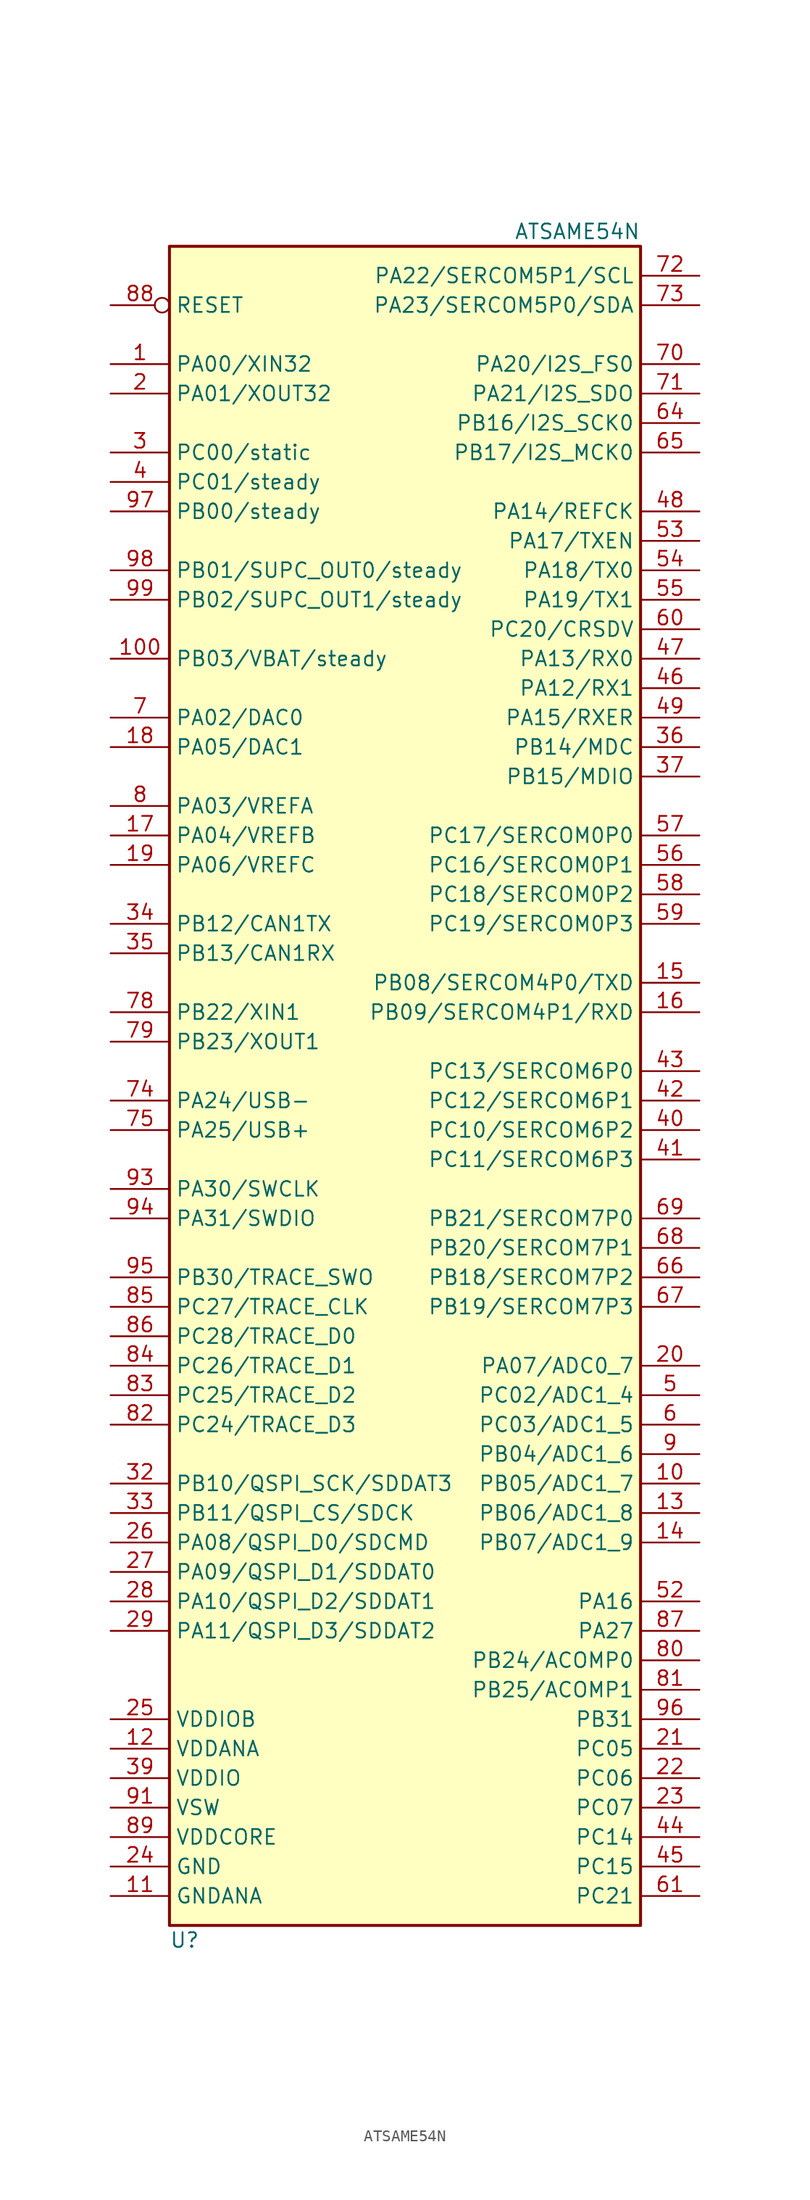
<source format=kicad_sym>
(kicad_symbol_lib
  (version 20211014)
  (generator kicad_symbol_editor)
  (symbol "ATSAME54N"
    (property "Reference" "U"
      (at -20.32 -72.39 0)
      (effects (font (size 1.27 1.27)) (justify left)))
    (property "Value" "ATSAME54N"
      (at 20.32 74.93 0)
      (effects (font (size 1.27 1.27)) (justify right)))
    (symbol "ATSAME54N_0_0"
      (rectangle (start -20.32 73.66) (end 20.32 -71.12) (stroke (width 0.254) (type default) (color 0 0 0 0)) (fill (type background))))
    (symbol "ATSAME54N_1_1"
      (pin bidirectional line (at -25.4 63.5 0) (length 5.08) (name "PA00/XIN32" (effects (font (size 1.27 1.27)))) (number "1" (effects (font (size 1.27 1.27)))))
      (pin bidirectional line (at 25.4 -33.02 180) (length 5.08) (name "PB05/ADC1_7" (effects (font (size 1.27 1.27)))) (number "10" (effects (font (size 1.27 1.27)))))
      (pin bidirectional line (at -25.4 38.1 0) (length 5.08) (name "PB03/VBAT/steady" (effects (font (size 1.27 1.27)))) (number "100" (effects (font (size 1.27 1.27)))))
      (pin power_in line (at -25.4 -68.58 0) (length 5.08) (name "GNDANA" (effects (font (size 1.27 1.27)))) (number "11" (effects (font (size 1.27 1.27)))))
      (pin power_in line (at -25.4 -55.88 0) (length 5.08) (name "VDDANA" (effects (font (size 1.27 1.27)))) (number "12" (effects (font (size 1.27 1.27)))))
      (pin bidirectional line (at 25.4 -35.56 180) (length 5.08) (name "PB06/ADC1_8" (effects (font (size 1.27 1.27)))) (number "13" (effects (font (size 1.27 1.27)))))
      (pin bidirectional line (at 25.4 -38.1 180) (length 5.08) (name "PB07/ADC1_9" (effects (font (size 1.27 1.27)))) (number "14" (effects (font (size 1.27 1.27)))))
      (pin bidirectional line (at 25.4 10.16 180) (length 5.08) (name "PB08/SERCOM4P0/TXD" (effects (font (size 1.27 1.27)))) (number "15" (effects (font (size 1.27 1.27)))))
      (pin bidirectional line (at 25.4 7.62 180) (length 5.08) (name "PB09/SERCOM4P1/RXD" (effects (font (size 1.27 1.27)))) (number "16" (effects (font (size 1.27 1.27)))))
      (pin bidirectional line (at -25.4 22.86 0) (length 5.08) (name "PA04/VREFB" (effects (font (size 1.27 1.27)))) (number "17" (effects (font (size 1.27 1.27)))))
      (pin bidirectional line (at -25.4 30.48 0) (length 5.08) (name "PA05/DAC1" (effects (font (size 1.27 1.27)))) (number "18" (effects (font (size 1.27 1.27)))))
      (pin bidirectional line (at -25.4 20.32 0) (length 5.08) (name "PA06/VREFC" (effects (font (size 1.27 1.27)))) (number "19" (effects (font (size 1.27 1.27)))))
      (pin bidirectional line (at -25.4 60.96 0) (length 5.08) (name "PA01/XOUT32" (effects (font (size 1.27 1.27)))) (number "2" (effects (font (size 1.27 1.27)))))
      (pin bidirectional line (at 25.4 -22.86 180) (length 5.08) (name "PA07/ADC0_7" (effects (font (size 1.27 1.27)))) (number "20" (effects (font (size 1.27 1.27)))))
      (pin bidirectional line (at 25.4 -55.88 180) (length 5.08) (name "PC05" (effects (font (size 1.27 1.27)))) (number "21" (effects (font (size 1.27 1.27)))))
      (pin bidirectional line (at 25.4 -58.42 180) (length 5.08) (name "PC06" (effects (font (size 1.27 1.27)))) (number "22" (effects (font (size 1.27 1.27)))))
      (pin bidirectional line (at 25.4 -60.96 180) (length 5.08) (name "PC07" (effects (font (size 1.27 1.27)))) (number "23" (effects (font (size 1.27 1.27)))))
      (pin power_in line (at -25.4 -66.04 0) (length 5.08) (name "GND" (effects (font (size 1.27 1.27)))) (number "24" (effects (font (size 1.27 1.27)))))
      (pin power_in line (at -25.4 -53.34 0) (length 5.08) (name "VDDIOB" (effects (font (size 1.27 1.27)))) (number "25" (effects (font (size 1.27 1.27)))))
      (pin bidirectional line (at -25.4 -38.1 0) (length 5.08) (name "PA08/QSPI_D0/SDCMD" (effects (font (size 1.27 1.27)))) (number "26" (effects (font (size 1.27 1.27)))))
      (pin bidirectional line (at -25.4 -40.64 0) (length 5.08) (name "PA09/QSPI_D1/SDDAT0" (effects (font (size 1.27 1.27)))) (number "27" (effects (font (size 1.27 1.27)))))
      (pin bidirectional line (at -25.4 -43.18 0) (length 5.08) (name "PA10/QSPI_D2/SDDAT1" (effects (font (size 1.27 1.27)))) (number "28" (effects (font (size 1.27 1.27)))))
      (pin bidirectional line (at -25.4 -45.72 0) (length 5.08) (name "PA11/QSPI_D3/SDDAT2" (effects (font (size 1.27 1.27)))) (number "29" (effects (font (size 1.27 1.27)))))
      (pin bidirectional line (at -25.4 55.88 0) (length 5.08) (name "PC00/static" (effects (font (size 1.27 1.27)))) (number "3" (effects (font (size 1.27 1.27)))))
      (pin passive line (at -25.4 -53.34 0) (length 5.08) hide (name "VDDIOB" (effects (font (size 1.27 1.27)))) (number "30" (effects (font (size 1.27 1.27)))))
      (pin passive line (at -25.4 -66.04 0) (length 5.08) hide (name "GND" (effects (font (size 1.27 1.27)))) (number "31" (effects (font (size 1.27 1.27)))))
      (pin bidirectional line (at -25.4 -33.02 0) (length 5.08) (name "PB10/QSPI_SCK/SDDAT3" (effects (font (size 1.27 1.27)))) (number "32" (effects (font (size 1.27 1.27)))))
      (pin bidirectional line (at -25.4 -35.56 0) (length 5.08) (name "PB11/QSPI_CS/SDCK" (effects (font (size 1.27 1.27)))) (number "33" (effects (font (size 1.27 1.27)))))
      (pin bidirectional line (at -25.4 15.24 0) (length 5.08) (name "PB12/CAN1TX" (effects (font (size 1.27 1.27)))) (number "34" (effects (font (size 1.27 1.27)))))
      (pin bidirectional line (at -25.4 12.7 0) (length 5.08) (name "PB13/CAN1RX" (effects (font (size 1.27 1.27)))) (number "35" (effects (font (size 1.27 1.27)))))
      (pin bidirectional line (at 25.4 30.48 180) (length 5.08) (name "PB14/MDC" (effects (font (size 1.27 1.27)))) (number "36" (effects (font (size 1.27 1.27)))))
      (pin bidirectional line (at 25.4 27.94 180) (length 5.08) (name "PB15/MDIO" (effects (font (size 1.27 1.27)))) (number "37" (effects (font (size 1.27 1.27)))))
      (pin passive line (at -25.4 -66.04 0) (length 5.08) hide (name "GND" (effects (font (size 1.27 1.27)))) (number "38" (effects (font (size 1.27 1.27)))))
      (pin power_in line (at -25.4 -58.42 0) (length 5.08) (name "VDDIO" (effects (font (size 1.27 1.27)))) (number "39" (effects (font (size 1.27 1.27)))))
      (pin bidirectional line (at -25.4 53.34 0) (length 5.08) (name "PC01/steady" (effects (font (size 1.27 1.27)))) (number "4" (effects (font (size 1.27 1.27)))))
      (pin bidirectional line (at 25.4 -2.54 180) (length 5.08) (name "PC10/SERCOM6P2" (effects (font (size 1.27 1.27)))) (number "40" (effects (font (size 1.27 1.27)))))
      (pin bidirectional line (at 25.4 -5.08 180) (length 5.08) (name "PC11/SERCOM6P3" (effects (font (size 1.27 1.27)))) (number "41" (effects (font (size 1.27 1.27)))))
      (pin bidirectional line (at 25.4 0 180) (length 5.08) (name "PC12/SERCOM6P1" (effects (font (size 1.27 1.27)))) (number "42" (effects (font (size 1.27 1.27)))))
      (pin bidirectional line (at 25.4 2.54 180) (length 5.08) (name "PC13/SERCOM6P0" (effects (font (size 1.27 1.27)))) (number "43" (effects (font (size 1.27 1.27)))))
      (pin bidirectional line (at 25.4 -63.5 180) (length 5.08) (name "PC14" (effects (font (size 1.27 1.27)))) (number "44" (effects (font (size 1.27 1.27)))))
      (pin bidirectional line (at 25.4 -66.04 180) (length 5.08) (name "PC15" (effects (font (size 1.27 1.27)))) (number "45" (effects (font (size 1.27 1.27)))))
      (pin bidirectional line (at 25.4 35.56 180) (length 5.08) (name "PA12/RX1" (effects (font (size 1.27 1.27)))) (number "46" (effects (font (size 1.27 1.27)))))
      (pin bidirectional line (at 25.4 38.1 180) (length 5.08) (name "PA13/RX0" (effects (font (size 1.27 1.27)))) (number "47" (effects (font (size 1.27 1.27)))))
      (pin bidirectional line (at 25.4 50.8 180) (length 5.08) (name "PA14/REFCK" (effects (font (size 1.27 1.27)))) (number "48" (effects (font (size 1.27 1.27)))))
      (pin bidirectional line (at 25.4 33.02 180) (length 5.08) (name "PA15/RXER" (effects (font (size 1.27 1.27)))) (number "49" (effects (font (size 1.27 1.27)))))
      (pin bidirectional line (at 25.4 -25.4 180) (length 5.08) (name "PC02/ADC1_4" (effects (font (size 1.27 1.27)))) (number "5" (effects (font (size 1.27 1.27)))))
      (pin passive line (at -25.4 -66.04 0) (length 5.08) hide (name "GND" (effects (font (size 1.27 1.27)))) (number "50" (effects (font (size 1.27 1.27)))))
      (pin passive line (at -25.4 -58.42 0) (length 5.08) hide (name "VDDIO" (effects (font (size 1.27 1.27)))) (number "51" (effects (font (size 1.27 1.27)))))
      (pin bidirectional line (at 25.4 -43.18 180) (length 5.08) (name "PA16" (effects (font (size 1.27 1.27)))) (number "52" (effects (font (size 1.27 1.27)))))
      (pin bidirectional line (at 25.4 48.26 180) (length 5.08) (name "PA17/TXEN" (effects (font (size 1.27 1.27)))) (number "53" (effects (font (size 1.27 1.27)))))
      (pin bidirectional line (at 25.4 45.72 180) (length 5.08) (name "PA18/TX0" (effects (font (size 1.27 1.27)))) (number "54" (effects (font (size 1.27 1.27)))))
      (pin bidirectional line (at 25.4 43.18 180) (length 5.08) (name "PA19/TX1" (effects (font (size 1.27 1.27)))) (number "55" (effects (font (size 1.27 1.27)))))
      (pin bidirectional line (at 25.4 20.32 180) (length 5.08) (name "PC16/SERCOM0P1" (effects (font (size 1.27 1.27)))) (number "56" (effects (font (size 1.27 1.27)))))
      (pin bidirectional line (at 25.4 22.86 180) (length 5.08) (name "PC17/SERCOM0P0" (effects (font (size 1.27 1.27)))) (number "57" (effects (font (size 1.27 1.27)))))
      (pin bidirectional line (at 25.4 17.78 180) (length 5.08) (name "PC18/SERCOM0P2" (effects (font (size 1.27 1.27)))) (number "58" (effects (font (size 1.27 1.27)))))
      (pin bidirectional line (at 25.4 15.24 180) (length 5.08) (name "PC19/SERCOM0P3" (effects (font (size 1.27 1.27)))) (number "59" (effects (font (size 1.27 1.27)))))
      (pin bidirectional line (at 25.4 -27.94 180) (length 5.08) (name "PC03/ADC1_5" (effects (font (size 1.27 1.27)))) (number "6" (effects (font (size 1.27 1.27)))))
      (pin bidirectional line (at 25.4 40.64 180) (length 5.08) (name "PC20/CRSDV" (effects (font (size 1.27 1.27)))) (number "60" (effects (font (size 1.27 1.27)))))
      (pin bidirectional line (at 25.4 -68.58 180) (length 5.08) (name "PC21" (effects (font (size 1.27 1.27)))) (number "61" (effects (font (size 1.27 1.27)))))
      (pin passive line (at -25.4 -66.04 0) (length 5.08) hide (name "GND" (effects (font (size 1.27 1.27)))) (number "62" (effects (font (size 1.27 1.27)))))
      (pin passive line (at -25.4 -58.42 0) (length 5.08) hide (name "VDDIO" (effects (font (size 1.27 1.27)))) (number "63" (effects (font (size 1.27 1.27)))))
      (pin bidirectional line (at 25.4 58.42 180) (length 5.08) (name "PB16/I2S_SCK0" (effects (font (size 1.27 1.27)))) (number "64" (effects (font (size 1.27 1.27)))))
      (pin bidirectional line (at 25.4 55.88 180) (length 5.08) (name "PB17/I2S_MCK0" (effects (font (size 1.27 1.27)))) (number "65" (effects (font (size 1.27 1.27)))))
      (pin bidirectional line (at 25.4 -15.24 180) (length 5.08) (name "PB18/SERCOM7P2" (effects (font (size 1.27 1.27)))) (number "66" (effects (font (size 1.27 1.27)))))
      (pin bidirectional line (at 25.4 -17.78 180) (length 5.08) (name "PB19/SERCOM7P3" (effects (font (size 1.27 1.27)))) (number "67" (effects (font (size 1.27 1.27)))))
      (pin bidirectional line (at 25.4 -12.7 180) (length 5.08) (name "PB20/SERCOM7P1" (effects (font (size 1.27 1.27)))) (number "68" (effects (font (size 1.27 1.27)))))
      (pin bidirectional line (at 25.4 -10.16 180) (length 5.08) (name "PB21/SERCOM7P0" (effects (font (size 1.27 1.27)))) (number "69" (effects (font (size 1.27 1.27)))))
      (pin bidirectional line (at -25.4 33.02 0) (length 5.08) (name "PA02/DAC0" (effects (font (size 1.27 1.27)))) (number "7" (effects (font (size 1.27 1.27)))))
      (pin bidirectional line (at 25.4 63.5 180) (length 5.08) (name "PA20/I2S_FS0" (effects (font (size 1.27 1.27)))) (number "70" (effects (font (size 1.27 1.27)))))
      (pin bidirectional line (at 25.4 60.96 180) (length 5.08) (name "PA21/I2S_SDO" (effects (font (size 1.27 1.27)))) (number "71" (effects (font (size 1.27 1.27)))))
      (pin bidirectional line (at 25.4 71.12 180) (length 5.08) (name "PA22/SERCOM5P1/SCL" (effects (font (size 1.27 1.27)))) (number "72" (effects (font (size 1.27 1.27)))))
      (pin bidirectional line (at 25.4 68.58 180) (length 5.08) (name "PA23/SERCOM5P0/SDA" (effects (font (size 1.27 1.27)))) (number "73" (effects (font (size 1.27 1.27)))))
      (pin bidirectional line (at -25.4 0 0) (length 5.08) (name "PA24/USB-" (effects (font (size 1.27 1.27)))) (number "74" (effects (font (size 1.27 1.27)))))
      (pin bidirectional line (at -25.4 -2.54 0) (length 5.08) (name "PA25/USB+" (effects (font (size 1.27 1.27)))) (number "75" (effects (font (size 1.27 1.27)))))
      (pin passive line (at -25.4 -66.04 0) (length 5.08) hide (name "GND" (effects (font (size 1.27 1.27)))) (number "76" (effects (font (size 1.27 1.27)))))
      (pin passive line (at -25.4 -58.42 0) (length 5.08) hide (name "VDDIO" (effects (font (size 1.27 1.27)))) (number "77" (effects (font (size 1.27 1.27)))))
      (pin bidirectional line (at -25.4 7.62 0) (length 5.08) (name "PB22/XIN1" (effects (font (size 1.27 1.27)))) (number "78" (effects (font (size 1.27 1.27)))))
      (pin bidirectional line (at -25.4 5.08 0) (length 5.08) (name "PB23/XOUT1" (effects (font (size 1.27 1.27)))) (number "79" (effects (font (size 1.27 1.27)))))
      (pin bidirectional line (at -25.4 25.4 0) (length 5.08) (name "PA03/VREFA" (effects (font (size 1.27 1.27)))) (number "8" (effects (font (size 1.27 1.27)))))
      (pin bidirectional line (at 25.4 -48.26 180) (length 5.08) (name "PB24/ACOMP0" (effects (font (size 1.27 1.27)))) (number "80" (effects (font (size 1.27 1.27)))))
      (pin bidirectional line (at 25.4 -50.8 180) (length 5.08) (name "PB25/ACOMP1" (effects (font (size 1.27 1.27)))) (number "81" (effects (font (size 1.27 1.27)))))
      (pin bidirectional line (at -25.4 -27.94 0) (length 5.08) (name "PC24/TRACE_D3" (effects (font (size 1.27 1.27)))) (number "82" (effects (font (size 1.27 1.27)))))
      (pin bidirectional line (at -25.4 -25.4 0) (length 5.08) (name "PC25/TRACE_D2" (effects (font (size 1.27 1.27)))) (number "83" (effects (font (size 1.27 1.27)))))
      (pin bidirectional line (at -25.4 -22.86 0) (length 5.08) (name "PC26/TRACE_D1" (effects (font (size 1.27 1.27)))) (number "84" (effects (font (size 1.27 1.27)))))
      (pin bidirectional line (at -25.4 -17.78 0) (length 5.08) (name "PC27/TRACE_CLK" (effects (font (size 1.27 1.27)))) (number "85" (effects (font (size 1.27 1.27)))))
      (pin bidirectional line (at -25.4 -20.32 0) (length 5.08) (name "PC28/TRACE_D0" (effects (font (size 1.27 1.27)))) (number "86" (effects (font (size 1.27 1.27)))))
      (pin bidirectional line (at 25.4 -45.72 180) (length 5.08) (name "PA27" (effects (font (size 1.27 1.27)))) (number "87" (effects (font (size 1.27 1.27)))))
      (pin input inverted (at -25.4 68.58 0) (length 5.08) (name "RESET" (effects (font (size 1.27 1.27)))) (number "88" (effects (font (size 1.27 1.27)))))
      (pin power_out line (at -25.4 -63.5 0) (length 5.08) (name "VDDCORE" (effects (font (size 1.27 1.27)))) (number "89" (effects (font (size 1.27 1.27)))))
      (pin bidirectional line (at 25.4 -30.48 180) (length 5.08) (name "PB04/ADC1_6" (effects (font (size 1.27 1.27)))) (number "9" (effects (font (size 1.27 1.27)))))
      (pin passive line (at -25.4 -66.04 0) (length 5.08) hide (name "GND" (effects (font (size 1.27 1.27)))) (number "90" (effects (font (size 1.27 1.27)))))
      (pin input line (at -25.4 -60.96 0) (length 5.08) (name "VSW" (effects (font (size 1.27 1.27)))) (number "91" (effects (font (size 1.27 1.27)))))
      (pin passive line (at -25.4 -58.42 0) (length 5.08) hide (name "VDDIO" (effects (font (size 1.27 1.27)))) (number "92" (effects (font (size 1.27 1.27)))))
      (pin bidirectional line (at -25.4 -7.62 0) (length 5.08) (name "PA30/SWCLK" (effects (font (size 1.27 1.27)))) (number "93" (effects (font (size 1.27 1.27)))))
      (pin bidirectional line (at -25.4 -10.16 0) (length 5.08) (name "PA31/SWDIO" (effects (font (size 1.27 1.27)))) (number "94" (effects (font (size 1.27 1.27)))))
      (pin bidirectional line (at -25.4 -15.24 0) (length 5.08) (name "PB30/TRACE_SWO" (effects (font (size 1.27 1.27)))) (number "95" (effects (font (size 1.27 1.27)))))
      (pin bidirectional line (at 25.4 -53.34 180) (length 5.08) (name "PB31" (effects (font (size 1.27 1.27)))) (number "96" (effects (font (size 1.27 1.27)))))
      (pin bidirectional line (at -25.4 50.8 0) (length 5.08) (name "PB00/steady" (effects (font (size 1.27 1.27)))) (number "97" (effects (font (size 1.27 1.27)))))
      (pin bidirectional line (at -25.4 45.72 0) (length 5.08) (name "PB01/SUPC_OUT0/steady" (effects (font (size 1.27 1.27)))) (number "98" (effects (font (size 1.27 1.27)))))
      (pin bidirectional line (at -25.4 43.18 0) (length 5.08) (name "PB02/SUPC_OUT1/steady" (effects (font (size 1.27 1.27)))) (number "99" (effects (font (size 1.27 1.27))))))))
</source>
